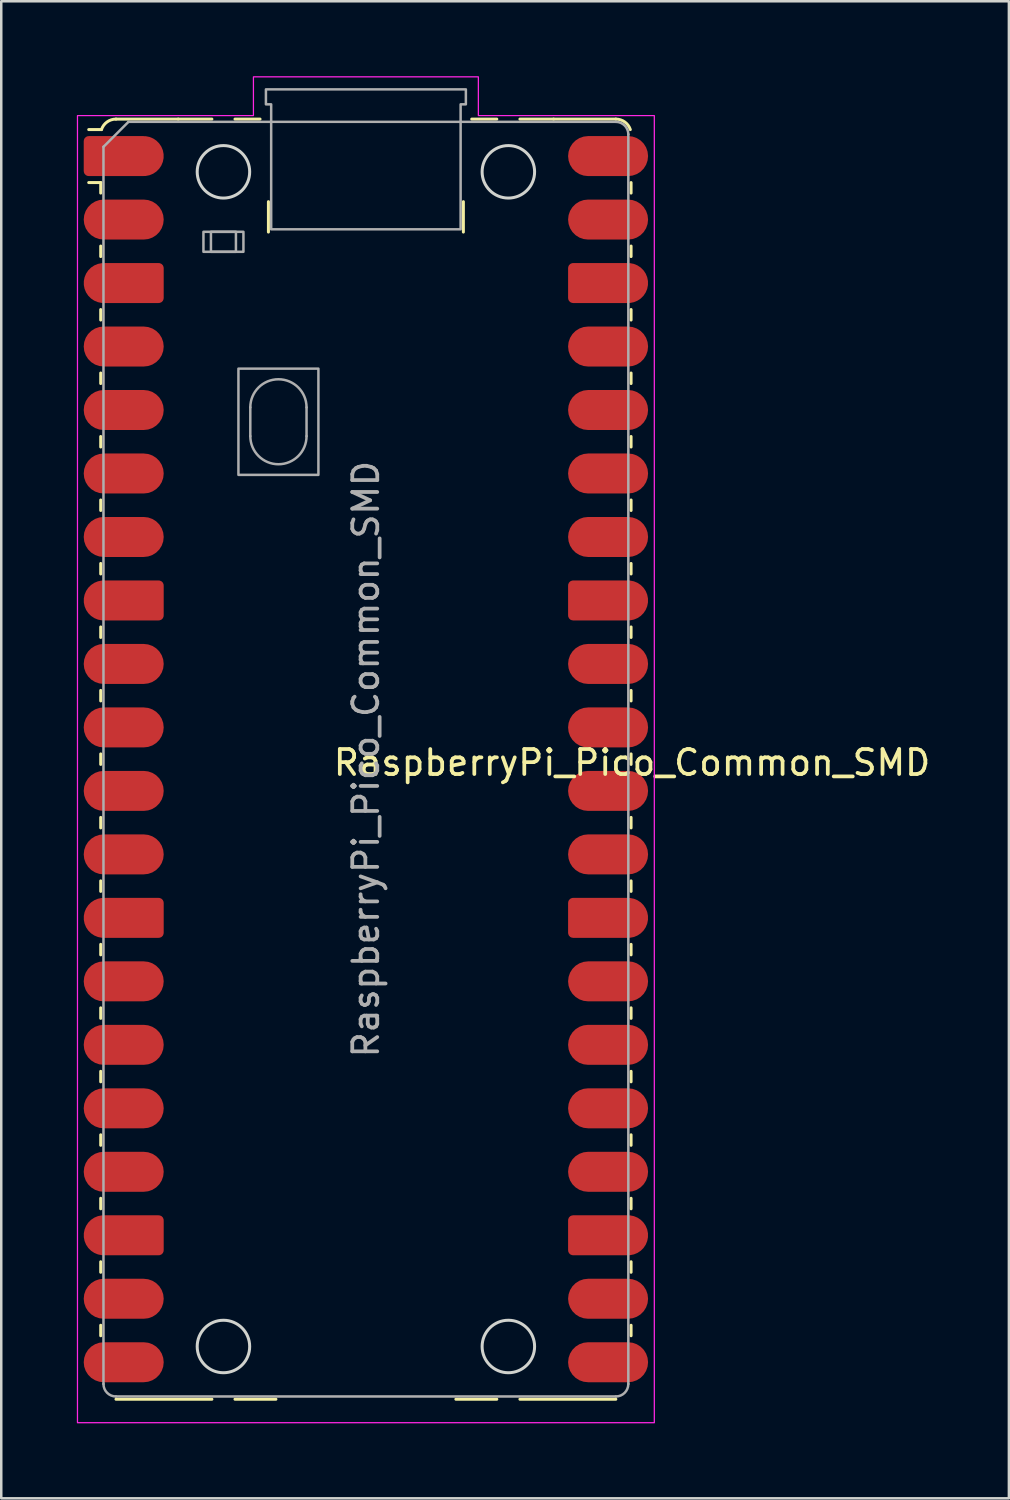
<source format=kicad_pcb>
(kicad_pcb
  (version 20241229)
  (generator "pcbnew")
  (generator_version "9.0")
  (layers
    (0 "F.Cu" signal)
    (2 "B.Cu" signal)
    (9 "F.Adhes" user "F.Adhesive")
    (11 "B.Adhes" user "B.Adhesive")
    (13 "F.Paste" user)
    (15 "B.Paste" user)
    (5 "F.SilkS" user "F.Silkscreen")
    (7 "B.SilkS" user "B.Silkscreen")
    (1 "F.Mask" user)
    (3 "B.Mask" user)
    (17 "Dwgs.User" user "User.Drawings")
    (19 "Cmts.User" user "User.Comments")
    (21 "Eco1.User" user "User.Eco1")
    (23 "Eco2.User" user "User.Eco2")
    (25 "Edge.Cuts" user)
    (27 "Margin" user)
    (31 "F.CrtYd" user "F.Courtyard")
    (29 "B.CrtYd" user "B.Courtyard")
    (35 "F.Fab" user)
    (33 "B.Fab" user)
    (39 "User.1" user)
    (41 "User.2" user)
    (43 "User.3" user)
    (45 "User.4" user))
  (footprint "RaspberryPi_Pico_Common_SMD"
    (layer "F.Cu")
    (at 11.59 27.325)
    (property "Reference" "RaspberryPi_Pico_Common_SMD" (at -1.38 0.14 0) (unlocked yes) (layer "F.SilkS") (effects (font (size 1 1) (thickness 0.15)) (justify left)))
    (attr smd)
    (fp_line (start -10.61 -23.07) (end -11.09 -23.07) (stroke (width 0.12) (type solid)) (layer "F.SilkS"))
    (fp_line (start -10.61 -23.07) (end -10.61 -22.65) (stroke (width 0.12) (type solid)) (layer "F.SilkS"))
    (fp_line (start -10.61 -20.53) (end -10.61 -20.11) (stroke (width 0.12) (type solid)) (layer "F.SilkS"))
    (fp_line (start -10.61 -17.99) (end -10.61 -17.57) (stroke (width 0.12) (type solid)) (layer "F.SilkS"))
    (fp_line (start -10.61 -15.45) (end -10.61 -15.03) (stroke (width 0.12) (type solid)) (layer "F.SilkS"))
    (fp_line (start -10.61 -12.91) (end -10.61 -12.49) (stroke (width 0.12) (type solid)) (layer "F.SilkS"))
    (fp_line (start -10.61 -10.37) (end -10.61 -9.95) (stroke (width 0.12) (type solid)) (layer "F.SilkS"))
    (fp_line (start -10.61 -7.83) (end -10.61 -7.41) (stroke (width 0.12) (type solid)) (layer "F.SilkS"))
    (fp_line (start -10.61 -5.29) (end -10.61 -4.87) (stroke (width 0.12) (type solid)) (layer "F.SilkS"))
    (fp_line (start -10.61 -2.75) (end -10.61 -2.33) (stroke (width 0.12) (type solid)) (layer "F.SilkS"))
    (fp_line (start -10.61 -0.21) (end -10.61 0.21) (stroke (width 0.12) (type solid)) (layer "F.SilkS"))
    (fp_line (start -10.61 2.33) (end -10.61 2.75) (stroke (width 0.12) (type solid)) (layer "F.SilkS"))
    (fp_line (start -10.61 4.87) (end -10.61 5.29) (stroke (width 0.12) (type solid)) (layer "F.SilkS"))
    (fp_line (start -10.61 7.41) (end -10.61 7.83) (stroke (width 0.12) (type solid)) (layer "F.SilkS"))
    (fp_line (start -10.61 9.95) (end -10.61 10.37) (stroke (width 0.12) (type solid)) (layer "F.SilkS"))
    (fp_line (start -10.61 12.49) (end -10.61 12.91) (stroke (width 0.12) (type solid)) (layer "F.SilkS"))
    (fp_line (start -10.61 15.03) (end -10.61 15.45) (stroke (width 0.12) (type solid)) (layer "F.SilkS"))
    (fp_line (start -10.61 17.57) (end -10.61 17.99) (stroke (width 0.12) (type solid)) (layer "F.SilkS"))
    (fp_line (start -10.61 20.11) (end -10.61 20.53) (stroke (width 0.12) (type solid)) (layer "F.SilkS"))
    (fp_line (start -10.61 22.65) (end -10.61 23.07) (stroke (width 0.12) (type solid)) (layer "F.SilkS"))
    (fp_line (start -10.58 -25.19) (end -11.09 -25.19) (stroke (width 0.12) (type solid)) (layer "F.SilkS"))
    (fp_line (start -10 -25.61) (end -7.51 -25.61) (stroke (width 0.12) (type solid)) (layer "F.SilkS"))
    (fp_line (start -10 25.61) (end -6.162 25.61) (stroke (width 0.12) (type solid)) (layer "F.SilkS"))
    (fp_line (start -7.51 -25.61) (end -6.162 -25.61) (stroke (width 0.12) (type solid)) (layer "F.SilkS"))
    (fp_line (start -5.238 -25.61) (end -4.235 -25.61) (stroke (width 0.12) (type solid)) (layer "F.SilkS"))
    (fp_line (start -3.9 -22.306) (end -3.9 -21.09) (stroke (width 0.12) (type solid)) (layer "F.SilkS"))
    (fp_line (start -3.6 25.61) (end -5.238 25.61) (stroke (width 0.12) (type solid)) (layer "F.SilkS"))
    (fp_line (start 3.9 -22.306) (end 3.9 -21.09) (stroke (width 0.12) (type solid)) (layer "F.SilkS"))
    (fp_line (start 4.235 -25.61) (end 5.238 -25.61) (stroke (width 0.12) (type solid)) (layer "F.SilkS"))
    (fp_line (start 5.238 25.61) (end 3.6 25.61) (stroke (width 0.12) (type solid)) (layer "F.SilkS"))
    (fp_line (start 6.162 -25.61) (end 7.51 -25.61) (stroke (width 0.12) (type solid)) (layer "F.SilkS"))
    (fp_line (start 6.162 25.61) (end 10 25.61) (stroke (width 0.12) (type solid)) (layer "F.SilkS"))
    (fp_line (start 10 -25.61) (end 7.51 -25.61) (stroke (width 0.12) (type solid)) (layer "F.SilkS"))
    (fp_line (start 10.61 -23.07) (end 10.61 -22.65) (stroke (width 0.12) (type solid)) (layer "F.SilkS"))
    (fp_line (start 10.61 -20.53) (end 10.61 -20.11) (stroke (width 0.12) (type solid)) (layer "F.SilkS"))
    (fp_line (start 10.61 -17.99) (end 10.61 -17.57) (stroke (width 0.12) (type solid)) (layer "F.SilkS"))
    (fp_line (start 10.61 -15.45) (end 10.61 -15.03) (stroke (width 0.12) (type solid)) (layer "F.SilkS"))
    (fp_line (start 10.61 -12.91) (end 10.61 -12.49) (stroke (width 0.12) (type solid)) (layer "F.SilkS"))
    (fp_line (start 10.61 -10.37) (end 10.61 -9.95) (stroke (width 0.12) (type solid)) (layer "F.SilkS"))
    (fp_line (start 10.61 -7.83) (end 10.61 -7.41) (stroke (width 0.12) (type solid)) (layer "F.SilkS"))
    (fp_line (start 10.61 -5.29) (end 10.61 -4.87) (stroke (width 0.12) (type solid)) (layer "F.SilkS"))
    (fp_line (start 10.61 -2.75) (end 10.61 -2.33) (stroke (width 0.12) (type solid)) (layer "F.SilkS"))
    (fp_line (start 10.61 -0.21) (end 10.61 0.21) (stroke (width 0.12) (type solid)) (layer "F.SilkS"))
    (fp_line (start 10.61 2.33) (end 10.61 2.75) (stroke (width 0.12) (type solid)) (layer "F.SilkS"))
    (fp_line (start 10.61 4.87) (end 10.61 5.29) (stroke (width 0.12) (type solid)) (layer "F.SilkS"))
    (fp_line (start 10.61 7.41) (end 10.61 7.83) (stroke (width 0.12) (type solid)) (layer "F.SilkS"))
    (fp_line (start 10.61 9.95) (end 10.61 10.37) (stroke (width 0.12) (type solid)) (layer "F.SilkS"))
    (fp_line (start 10.61 12.49) (end 10.61 12.91) (stroke (width 0.12) (type solid)) (layer "F.SilkS"))
    (fp_line (start 10.61 15.03) (end 10.61 15.45) (stroke (width 0.12) (type solid)) (layer "F.SilkS"))
    (fp_line (start 10.61 17.57) (end 10.61 17.99) (stroke (width 0.12) (type solid)) (layer "F.SilkS"))
    (fp_line (start 10.61 20.11) (end 10.61 20.53) (stroke (width 0.12) (type solid)) (layer "F.SilkS"))
    (fp_line (start 10.61 22.65) (end 10.61 23.07) (stroke (width 0.12) (type solid)) (layer "F.SilkS"))
    (fp_arc (start -10.579676 -25.19) (mid -10.357938 -25.493944) (end -10 -25.61) (stroke (width 0.12) (type solid)) (layer "F.SilkS"))
    (fp_arc (start 10 -25.61) (mid 10.357937 -25.493944) (end 10.579676 -25.189937) (stroke (width 0.12) (type solid)) (layer "F.SilkS"))
    (fp_circle (center -5.7 -23.5) (end -4.65 -23.5) (stroke (width 0.12) (type solid)) (fill no) (layer "Edge.Cuts"))
    (fp_circle (center -5.7 23.5) (end -4.65 23.5) (stroke (width 0.12) (type solid)) (fill no) (layer "Edge.Cuts"))
    (fp_circle (center 5.7 -23.5) (end 6.75 -23.5) (stroke (width 0.12) (type solid)) (fill no) (layer "Edge.Cuts"))
    (fp_circle (center 5.7 23.5) (end 6.75 23.5) (stroke (width 0.12) (type solid)) (fill no) (layer "Edge.Cuts"))
    (fp_poly (pts (xy -4.5 -27.3) (xy 4.5 -27.3) (xy 4.5 -25.75) (xy 11.54 -25.75) (xy 11.54 26.55) (xy -11.54 26.55) (xy -11.54 -25.75) (xy -4.5 -25.75)) (stroke (width 0.05) (type solid)) (fill no) (layer "F.CrtYd"))
    (fp_line (start -10.5 -24.5) (end -9.5 -25.5) (stroke (width 0.1) (type solid)) (layer "F.Fab"))
    (fp_line (start -10.5 25) (end -10.5 -24.5) (stroke (width 0.1) (type solid)) (layer "F.Fab"))
    (fp_line (start -9.5 -25.5) (end 10 -25.5) (stroke (width 0.1) (type solid)) (layer "F.Fab"))
    (fp_line (start -4.625 -14.075) (end -4.625 -12.925) (stroke (width 0.1) (type solid)) (layer "F.Fab"))
    (fp_line (start -2.375 -14.075) (end -2.375 -12.925) (stroke (width 0.1) (type solid)) (layer "F.Fab"))
    (fp_line (start 10 25.5) (end -10 25.5) (stroke (width 0.1) (type solid)) (layer "F.Fab"))
    (fp_line (start 10.5 -25) (end 10.5 25) (stroke (width 0.1) (type solid)) (layer "F.Fab"))
    (fp_rect (start -6.5 -21.1) (end -4.9 -20.3) (stroke (width 0.1) (type solid)) (fill no) (layer "F.Fab"))
    (fp_rect (start -6.2 -21.1) (end -5.2 -20.3) (stroke (width 0.1) (type solid)) (fill no) (layer "F.Fab"))
    (fp_rect (start -5.1 -15.625) (end -1.9 -11.375) (stroke (width 0.1) (type solid)) (fill no) (layer "F.Fab"))
    (fp_arc (start -10 25.5) (mid -10.353553 25.353553) (end -10.5 25) (stroke (width 0.1) (type solid)) (layer "F.Fab"))
    (fp_arc (start -4.625 -14.075) (mid -3.5 -15.2) (end -2.375 -14.075) (stroke (width 0.1) (type solid)) (layer "F.Fab"))
    (fp_arc (start -2.375 -12.925) (mid -3.5 -11.8) (end -4.625 -12.925) (stroke (width 0.1) (type solid)) (layer "F.Fab"))
    (fp_arc (start 10 -25.5) (mid 10.353553 -25.353553) (end 10.5 -25) (stroke (width 0.1) (type solid)) (layer "F.Fab"))
    (fp_arc (start 10.5 25) (mid 10.353553 25.353553) (end 10 25.5) (stroke (width 0.1) (type solid)) (layer "F.Fab"))
    (fp_poly (pts (xy 3.79 -21.2) (xy 3.79 -26.2) (xy 4 -26.2) (xy 4 -26.8) (xy -4 -26.8) (xy -4 -26.2) (xy -3.79 -26.2) (xy -3.79 -21.2)) (stroke (width 0.1) (type solid)) (fill no) (layer "F.Fab"))
    (fp_text user "${REFERENCE}" (at 0 0 90) (layer "F.Fab") (effects (font (size 1 1) (thickness 0.15))))
    (pad "" smd rect (at -8.89 -24.13) (size 3.8 2.2) (drill (offset -0.8 0)) (layers "F.Paste"))
    (pad "" smd rect (at -8.89 -21.59) (size 3.8 2.2) (drill (offset -0.8 0)) (layers "F.Paste"))
    (pad "" smd rect (at -8.89 -19.05) (size 3.8 2.2) (drill (offset -0.8 0)) (layers "F.Paste"))
    (pad "" smd rect (at -8.89 -16.51) (size 3.8 2.2) (drill (offset -0.8 0)) (layers "F.Paste"))
    (pad "" smd rect (at -8.89 -13.97) (size 3.8 2.2) (drill (offset -0.8 0)) (layers "F.Paste"))
    (pad "" smd rect (at -8.89 -11.43) (size 3.8 2.2) (drill (offset -0.8 0)) (layers "F.Paste"))
    (pad "" smd rect (at -8.89 -8.89) (size 3.8 2.2) (drill (offset -0.8 0)) (layers "F.Paste"))
    (pad "" smd rect (at -8.89 -6.35) (size 3.8 2.2) (drill (offset -0.8 0)) (layers "F.Paste"))
    (pad "" smd rect (at -8.89 -3.81) (size 3.8 2.2) (drill (offset -0.8 0)) (layers "F.Paste"))
    (pad "" smd rect (at -8.89 -1.27) (size 3.8 2.2) (drill (offset -0.8 0)) (layers "F.Paste"))
    (pad "" smd rect (at -8.89 1.27) (size 3.8 2.2) (drill (offset -0.8 0)) (layers "F.Paste"))
    (pad "" smd rect (at -8.89 3.81) (size 3.8 2.2) (drill (offset -0.8 0)) (layers "F.Paste"))
    (pad "" smd rect (at -8.89 6.35) (size 3.8 2.2) (drill (offset -0.8 0)) (layers "F.Paste"))
    (pad "" smd rect (at -8.89 8.89) (size 3.8 2.2) (drill (offset -0.8 0)) (layers "F.Paste"))
    (pad "" smd rect (at -8.89 11.43) (size 3.8 2.2) (drill (offset -0.8 0)) (layers "F.Paste"))
    (pad "" smd rect (at -8.89 13.97) (size 3.8 2.2) (drill (offset -0.8 0)) (layers "F.Paste"))
    (pad "" smd rect (at -8.89 16.51) (size 3.8 2.2) (drill (offset -0.8 0)) (layers "F.Paste"))
    (pad "" smd rect (at -8.89 19.05) (size 3.8 2.2) (drill (offset -0.8 0)) (layers "F.Paste"))
    (pad "" smd rect (at -8.89 21.59) (size 3.8 2.2) (drill (offset -0.8 0)) (layers "F.Paste"))
    (pad "" smd rect (at -8.89 24.13) (size 3.8 2.2) (drill (offset -0.8 0)) (layers "F.Paste"))
    (pad "" smd rect (at 8.89 -24.13) (size 3.8 2.2) (drill (offset 0.8 0)) (layers "F.Paste"))
    (pad "" smd rect (at 8.89 -21.59) (size 3.8 2.2) (drill (offset 0.8 0)) (layers "F.Paste"))
    (pad "" smd rect (at 8.89 -19.05) (size 3.8 2.2) (drill (offset 0.8 0)) (layers "F.Paste"))
    (pad "" smd rect (at 8.89 -16.51) (size 3.8 2.2) (drill (offset 0.8 0)) (layers "F.Paste"))
    (pad "" smd rect (at 8.89 -13.97) (size 3.8 2.2) (drill (offset 0.8 0)) (layers "F.Paste"))
    (pad "" smd rect (at 8.89 -11.43) (size 3.8 2.2) (drill (offset 0.8 0)) (layers "F.Paste"))
    (pad "" smd rect (at 8.89 -8.89) (size 3.8 2.2) (drill (offset 0.8 0)) (layers "F.Paste"))
    (pad "" smd rect (at 8.89 -6.35) (size 3.8 2.2) (drill (offset 0.8 0)) (layers "F.Paste"))
    (pad "" smd rect (at 8.89 -3.81) (size 3.8 2.2) (drill (offset 0.8 0)) (layers "F.Paste"))
    (pad "" smd rect (at 8.89 -1.27) (size 3.8 2.2) (drill (offset 0.8 0)) (layers "F.Paste"))
    (pad "" smd rect (at 8.89 1.27) (size 3.8 2.2) (drill (offset 0.8 0)) (layers "F.Paste"))
    (pad "" smd rect (at 8.89 3.81) (size 3.8 2.2) (drill (offset 0.8 0)) (layers "F.Paste"))
    (pad "" smd rect (at 8.89 6.35) (size 3.8 2.2) (drill (offset 0.8 0)) (layers "F.Paste"))
    (pad "" smd rect (at 8.89 8.89) (size 3.8 2.2) (drill (offset 0.8 0)) (layers "F.Paste"))
    (pad "" smd rect (at 8.89 11.43) (size 3.8 2.2) (drill (offset 0.8 0)) (layers "F.Paste"))
    (pad "" smd rect (at 8.89 13.97) (size 3.8 2.2) (drill (offset 0.8 0)) (layers "F.Paste"))
    (pad "" smd rect (at 8.89 16.51) (size 3.8 2.2) (drill (offset 0.8 0)) (layers "F.Paste"))
    (pad "" smd rect (at 8.89 19.05) (size 3.8 2.2) (drill (offset 0.8 0)) (layers "F.Paste"))
    (pad "" smd rect (at 8.89 21.59) (size 3.8 2.2) (drill (offset 0.8 0)) (layers "F.Paste"))
    (pad "" smd rect (at 8.89 24.13) (size 3.8 2.2) (drill (offset 0.8 0)) (layers "F.Paste"))
    (pad "1" smd custom (at -9.69 -24.13) (size 1.6 0.8) (layers "F.Cu" "F.Mask") (options (anchor rect)) (primitives (gr_circle (center 0.8 0) (end 1.6 0) (width 0) (fill yes)) (gr_poly (pts (xy -1.6 -0.6) (xy -1.6 0.6) (xy -1.4 0.8) (xy 0.8 0.8) (xy 0.8 -0.8) (xy -1.4 -0.8)) (width 0) (fill yes)) (gr_circle (center -1.4 -0.6) (end -1.2 -0.6) (width 0) (fill yes)) (gr_circle (center -1.4 0.6) (end -1.2 0.6) (width 0) (fill yes))))
    (pad "2" smd roundrect (at -9.69 -21.59) (size 3.2 1.6) (layers "F.Cu" "F.Mask") (roundrect_rratio 0.5))
    (pad "3" smd custom (at -9.69 -19.05) (size 1.6 0.8) (layers "F.Cu" "F.Mask") (options (anchor rect)) (primitives (gr_circle (center -0.8 0) (end 0 0) (width 0) (fill yes)) (gr_poly (pts (xy 1.6 -0.6) (xy 1.6 0.6) (xy 1.4 0.8) (xy -0.8 0.8) (xy -0.8 -0.8) (xy 1.4 -0.8)) (width 0) (fill yes)) (gr_circle (center 1.4 -0.6) (end 1.6 -0.6) (width 0) (fill yes)) (gr_circle (center 1.4 0.6) (end 1.6 0.6) (width 0) (fill yes))))
    (pad "4" smd roundrect (at -9.69 -16.51) (size 3.2 1.6) (layers "F.Cu" "F.Mask") (roundrect_rratio 0.5))
    (pad "5" smd roundrect (at -9.69 -13.97) (size 3.2 1.6) (layers "F.Cu" "F.Mask") (roundrect_rratio 0.5))
    (pad "6" smd roundrect (at -9.69 -11.43) (size 3.2 1.6) (layers "F.Cu" "F.Mask") (roundrect_rratio 0.5))
    (pad "7" smd roundrect (at -9.69 -8.89) (size 3.2 1.6) (layers "F.Cu" "F.Mask") (roundrect_rratio 0.5))
    (pad "8" smd custom (at -9.69 -6.35) (size 1.6 0.8) (layers "F.Cu" "F.Mask") (options (anchor rect)) (primitives (gr_circle (center -0.8 0) (end 0 0) (width 0) (fill yes)) (gr_poly (pts (xy 1.6 -0.6) (xy 1.6 0.6) (xy 1.4 0.8) (xy -0.8 0.8) (xy -0.8 -0.8) (xy 1.4 -0.8)) (width 0) (fill yes)) (gr_circle (center 1.4 -0.6) (end 1.6 -0.6) (width 0) (fill yes)) (gr_circle (center 1.4 0.6) (end 1.6 0.6) (width 0) (fill yes))))
    (pad "9" smd roundrect (at -9.69 -3.81) (size 3.2 1.6) (layers "F.Cu" "F.Mask") (roundrect_rratio 0.5))
    (pad "10" smd roundrect (at -9.69 -1.27) (size 3.2 1.6) (layers "F.Cu" "F.Mask") (roundrect_rratio 0.5))
    (pad "11" smd roundrect (at -9.69 1.27) (size 3.2 1.6) (layers "F.Cu" "F.Mask") (roundrect_rratio 0.5))
    (pad "12" smd roundrect (at -9.69 3.81) (size 3.2 1.6) (layers "F.Cu" "F.Mask") (roundrect_rratio 0.5))
    (pad "13" smd custom (at -9.69 6.35) (size 1.6 0.8) (layers "F.Cu" "F.Mask") (options (anchor rect)) (primitives (gr_circle (center -0.8 0) (end 0 0) (width 0) (fill yes)) (gr_poly (pts (xy 1.6 -0.6) (xy 1.6 0.6) (xy 1.4 0.8) (xy -0.8 0.8) (xy -0.8 -0.8) (xy 1.4 -0.8)) (width 0) (fill yes)) (gr_circle (center 1.4 -0.6) (end 1.6 -0.6) (width 0) (fill yes)) (gr_circle (center 1.4 0.6) (end 1.6 0.6) (width 0) (fill yes))))
    (pad "14" smd roundrect (at -9.69 8.89) (size 3.2 1.6) (layers "F.Cu" "F.Mask") (roundrect_rratio 0.5))
    (pad "15" smd roundrect (at -9.69 11.43) (size 3.2 1.6) (layers "F.Cu" "F.Mask") (roundrect_rratio 0.5))
    (pad "16" smd roundrect (at -9.69 13.97) (size 3.2 1.6) (layers "F.Cu" "F.Mask") (roundrect_rratio 0.5))
    (pad "17" smd roundrect (at -9.69 16.51) (size 3.2 1.6) (layers "F.Cu" "F.Mask") (roundrect_rratio 0.5))
    (pad "18" smd custom (at -9.69 19.05) (size 1.6 0.8) (layers "F.Cu" "F.Mask") (options (anchor rect)) (primitives (gr_circle (center -0.8 0) (end 0 0) (width 0) (fill yes)) (gr_poly (pts (xy 1.6 -0.6) (xy 1.6 0.6) (xy 1.4 0.8) (xy -0.8 0.8) (xy -0.8 -0.8) (xy 1.4 -0.8)) (width 0) (fill yes)) (gr_circle (center 1.4 -0.6) (end 1.6 -0.6) (width 0) (fill yes)) (gr_circle (center 1.4 0.6) (end 1.6 0.6) (width 0) (fill yes))))
    (pad "19" smd roundrect (at -9.69 21.59) (size 3.2 1.6) (layers "F.Cu" "F.Mask") (roundrect_rratio 0.5))
    (pad "20" smd roundrect (at -9.69 24.13) (size 3.2 1.6) (layers "F.Cu" "F.Mask") (roundrect_rratio 0.5))
    (pad "21" smd roundrect (at 9.69 24.13) (size 3.2 1.6) (layers "F.Cu" "F.Mask") (roundrect_rratio 0.5))
    (pad "22" smd roundrect (at 9.69 21.59) (size 3.2 1.6) (layers "F.Cu" "F.Mask") (roundrect_rratio 0.5))
    (pad "23" smd custom (at 9.69 19.05) (size 1.6 0.8) (layers "F.Cu" "F.Mask") (options (anchor rect)) (primitives (gr_circle (center 0.8 0) (end 1.6 0) (width 0) (fill yes)) (gr_poly (pts (xy -1.6 -0.6) (xy -1.6 0.6) (xy -1.4 0.8) (xy 0.8 0.8) (xy 0.8 -0.8) (xy -1.4 -0.8)) (width 0) (fill yes)) (gr_circle (center -1.4 -0.6) (end -1.2 -0.6) (width 0) (fill yes)) (gr_circle (center -1.4 0.6) (end -1.2 0.6) (width 0) (fill yes))))
    (pad "24" smd roundrect (at 9.69 16.51) (size 3.2 1.6) (layers "F.Cu" "F.Mask") (roundrect_rratio 0.5))
    (pad "25" smd roundrect (at 9.69 13.97) (size 3.2 1.6) (layers "F.Cu" "F.Mask") (roundrect_rratio 0.5))
    (pad "26" smd roundrect (at 9.69 11.43) (size 3.2 1.6) (layers "F.Cu" "F.Mask") (roundrect_rratio 0.5))
    (pad "27" smd roundrect (at 9.69 8.89) (size 3.2 1.6) (layers "F.Cu" "F.Mask") (roundrect_rratio 0.5))
    (pad "28" smd custom (at 9.69 6.35) (size 1.6 0.8) (layers "F.Cu" "F.Mask") (options (anchor rect)) (primitives (gr_circle (center 0.8 0) (end 1.6 0) (width 0) (fill yes)) (gr_poly (pts (xy -1.6 -0.6) (xy -1.6 0.6) (xy -1.4 0.8) (xy 0.8 0.8) (xy 0.8 -0.8) (xy -1.4 -0.8)) (width 0) (fill yes)) (gr_circle (center -1.4 -0.6) (end -1.2 -0.6) (width 0) (fill yes)) (gr_circle (center -1.4 0.6) (end -1.2 0.6) (width 0) (fill yes))))
    (pad "29" smd roundrect (at 9.69 3.81) (size 3.2 1.6) (layers "F.Cu" "F.Mask") (roundrect_rratio 0.5))
    (pad "30" smd roundrect (at 9.69 1.27) (size 3.2 1.6) (layers "F.Cu" "F.Mask") (roundrect_rratio 0.5))
    (pad "31" smd roundrect (at 9.69 -1.27) (size 3.2 1.6) (layers "F.Cu" "F.Mask") (roundrect_rratio 0.5))
    (pad "32" smd roundrect (at 9.69 -3.81) (size 3.2 1.6) (layers "F.Cu" "F.Mask") (roundrect_rratio 0.5))
    (pad "33" smd custom (at 9.69 -6.35) (size 1.6 0.8) (layers "F.Cu" "F.Mask") (options (anchor rect)) (primitives (gr_circle (center 0.8 0) (end 1.6 0) (width 0) (fill yes)) (gr_poly (pts (xy -1.6 -0.6) (xy -1.6 0.6) (xy -1.4 0.8) (xy 0.8 0.8) (xy 0.8 -0.8) (xy -1.4 -0.8)) (width 0) (fill yes)) (gr_circle (center -1.4 -0.6) (end -1.2 -0.6) (width 0) (fill yes)) (gr_circle (center -1.4 0.6) (end -1.2 0.6) (width 0) (fill yes))))
    (pad "34" smd roundrect (at 9.69 -8.89) (size 3.2 1.6) (layers "F.Cu" "F.Mask") (roundrect_rratio 0.5))
    (pad "35" smd roundrect (at 9.69 -11.43) (size 3.2 1.6) (layers "F.Cu" "F.Mask") (roundrect_rratio 0.5))
    (pad "36" smd roundrect (at 9.69 -13.97) (size 3.2 1.6) (layers "F.Cu" "F.Mask") (roundrect_rratio 0.5))
    (pad "37" smd roundrect (at 9.69 -16.51) (size 3.2 1.6) (layers "F.Cu" "F.Mask") (roundrect_rratio 0.5))
    (pad "38" smd custom (at 9.69 -19.05) (size 1.6 0.8) (layers "F.Cu" "F.Mask") (options (anchor rect)) (primitives (gr_circle (center 0.8 0) (end 1.6 0) (width 0) (fill yes)) (gr_poly (pts (xy -1.6 -0.6) (xy -1.6 0.6) (xy -1.4 0.8) (xy 0.8 0.8) (xy 0.8 -0.8) (xy -1.4 -0.8)) (width 0) (fill yes)) (gr_circle (center -1.4 -0.6) (end -1.2 -0.6) (width 0) (fill yes)) (gr_circle (center -1.4 0.6) (end -1.2 0.6) (width 0) (fill yes))))
    (pad "39" smd roundrect (at 9.69 -21.59) (size 3.2 1.6) (layers "F.Cu" "F.Mask") (roundrect_rratio 0.5))
    (pad "40" smd roundrect (at 9.69 -24.13) (size 3.2 1.6) (layers "F.Cu" "F.Mask") (roundrect_rratio 0.5)))
  (gr_rect
    (start -3 -3)
    (end 37.317 56.9)
    (stroke (width 0.1) (type default))
    (fill no)
    (layer "Edge.Cuts")))
</source>
